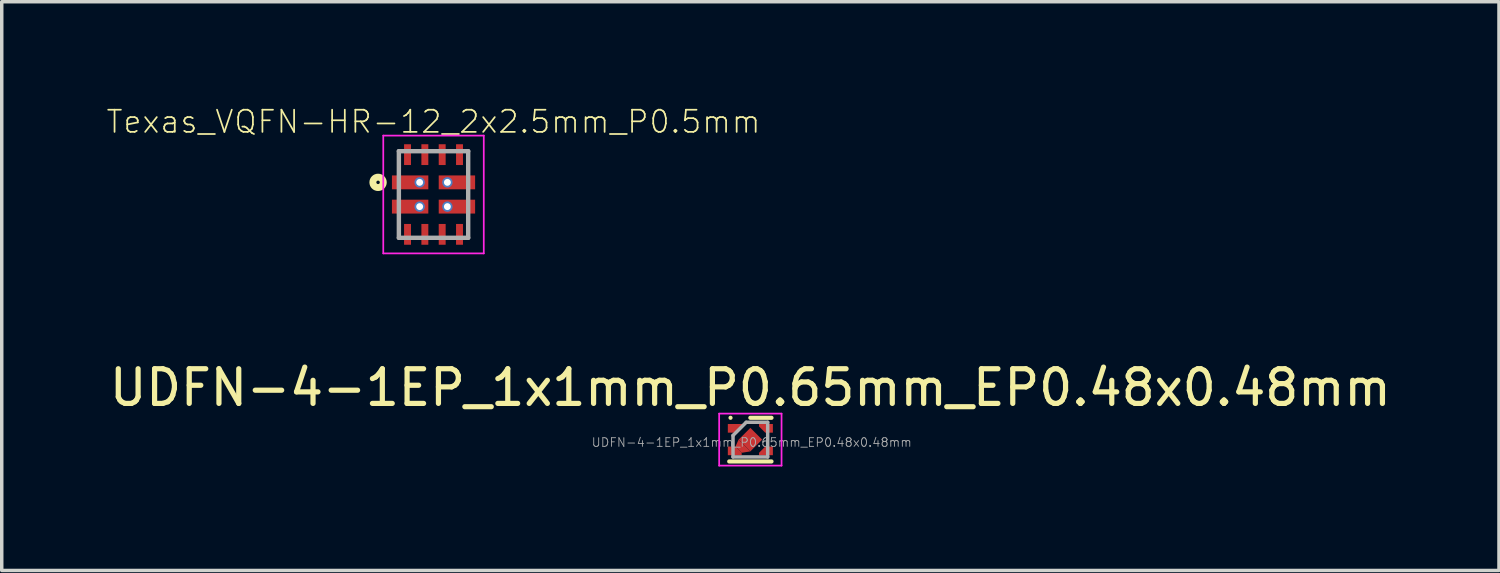
<source format=kicad_pcb>
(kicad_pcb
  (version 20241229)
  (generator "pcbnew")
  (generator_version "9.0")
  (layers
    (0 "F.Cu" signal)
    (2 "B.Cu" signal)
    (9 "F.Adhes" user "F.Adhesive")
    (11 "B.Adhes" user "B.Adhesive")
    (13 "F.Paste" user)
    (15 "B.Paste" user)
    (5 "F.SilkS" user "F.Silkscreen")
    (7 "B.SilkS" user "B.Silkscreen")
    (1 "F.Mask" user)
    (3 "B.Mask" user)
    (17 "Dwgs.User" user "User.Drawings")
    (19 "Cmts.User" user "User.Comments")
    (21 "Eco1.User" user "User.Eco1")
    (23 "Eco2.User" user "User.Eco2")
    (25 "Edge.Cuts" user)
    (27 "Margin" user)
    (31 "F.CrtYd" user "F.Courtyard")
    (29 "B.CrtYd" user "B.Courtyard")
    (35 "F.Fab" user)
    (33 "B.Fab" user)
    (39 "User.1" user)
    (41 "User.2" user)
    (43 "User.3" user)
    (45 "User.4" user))
  (footprint "Texas_VQFN-HR-12_2x2.5mm_P0.5mm"
    (layer "F.Cu")
    (at 9.459 2.562)
    (property "Reference" "Texas_VQFN-HR-12_2x2.5mm_P0.5mm" (at 0 -2.1 0) (layer "F.SilkS") (effects (font (size 0.64 0.64) (thickness 0.05))))
    (attr smd)
    (fp_poly (pts (xy -1.25 -0.6) (xy -0.1 -0.6) (xy -0.1 -0.1) (xy -1.25 -0.1)) (stroke (width 0.01) (type solid)) (fill yes) (layer "F.Mask"))
    (fp_poly (pts (xy -1.25 0.1) (xy -0.1 0.1) (xy -0.1 0.6) (xy -1.25 0.6)) (stroke (width 0.01) (type solid)) (fill yes) (layer "F.Mask"))
    (fp_poly (pts (xy -0.9 -1.5) (xy -0.6 -1.5) (xy -0.6 -0.8) (xy -0.9 -0.8)) (stroke (width 0.01) (type solid)) (fill yes) (layer "F.Mask"))
    (fp_poly (pts (xy -0.9 0.8) (xy -0.6 0.8) (xy -0.6 1.5) (xy -0.9 1.5)) (stroke (width 0.01) (type solid)) (fill yes) (layer "F.Mask"))
    (fp_poly (pts (xy -0.4 -1.5) (xy -0.1 -1.5) (xy -0.1 -0.8) (xy -0.4 -0.8)) (stroke (width 0.01) (type solid)) (fill yes) (layer "F.Mask"))
    (fp_poly (pts (xy -0.4 0.8) (xy -0.1 0.8) (xy -0.1 1.5) (xy -0.4 1.5)) (stroke (width 0.01) (type solid)) (fill yes) (layer "F.Mask"))
    (fp_poly (pts (xy 0.1 -1.5) (xy 0.4 -1.5) (xy 0.4 -0.8) (xy 0.1 -0.8)) (stroke (width 0.01) (type solid)) (fill yes) (layer "F.Mask"))
    (fp_poly (pts (xy 0.1 -0.6) (xy 1.25 -0.6) (xy 1.25 -0.1) (xy 0.1 -0.1)) (stroke (width 0.01) (type solid)) (fill yes) (layer "F.Mask"))
    (fp_poly (pts (xy 0.1 0.1) (xy 1.25 0.1) (xy 1.25 0.6) (xy 0.1 0.6)) (stroke (width 0.01) (type solid)) (fill yes) (layer "F.Mask"))
    (fp_poly (pts (xy 0.1 0.8) (xy 0.4 0.8) (xy 0.4 1.5) (xy 0.1 1.5)) (stroke (width 0.01) (type solid)) (fill yes) (layer "F.Mask"))
    (fp_poly (pts (xy 0.6 -1.5) (xy 0.9 -1.5) (xy 0.9 -0.8) (xy 0.6 -0.8)) (stroke (width 0.01) (type solid)) (fill yes) (layer "F.Mask"))
    (fp_poly (pts (xy 0.6 0.8) (xy 0.9 0.8) (xy 0.9 1.5) (xy 0.6 1.5)) (stroke (width 0.01) (type solid)) (fill yes) (layer "F.Mask"))
    (fp_circle (center -1.6 -0.35) (end -1.55 -0.35) (stroke (width 0.2) (type solid)) (fill no) (layer "F.SilkS"))
    (fp_line (start -1.45 -1.7) (end 1.45 -1.7) (stroke (width 0.05) (type solid)) (layer "F.CrtYd"))
    (fp_line (start -1.45 1.7) (end -1.45 -1.7) (stroke (width 0.05) (type solid)) (layer "F.CrtYd"))
    (fp_line (start 1.45 -1.7) (end 1.45 1.7) (stroke (width 0.05) (type solid)) (layer "F.CrtYd"))
    (fp_line (start 1.45 1.7) (end -1.45 1.7) (stroke (width 0.05) (type solid)) (layer "F.CrtYd"))
    (fp_line (start -1 -1.25) (end 1 -1.25) (stroke (width 0.127) (type solid)) (layer "F.Fab"))
    (fp_line (start -1 1.25) (end -1 -1.25) (stroke (width 0.127) (type solid)) (layer "F.Fab"))
    (fp_line (start 1 -1.25) (end 1 1.25) (stroke (width 0.127) (type solid)) (layer "F.Fab"))
    (fp_line (start 1 1.25) (end -1 1.25) (stroke (width 0.127) (type solid)) (layer "F.Fab"))
    (pad "1" smd rect (at -0.675 -0.35) (size 1.05 0.4) (layers "F.Cu" "F.Paste"))
    (pad "1" thru_hole circle (at -0.4 -0.35) (size 0.3 0.3) (drill 0.2) (layers "*.Cu"))
    (pad "2" smd rect (at -0.675 0.35) (size 1.05 0.4) (layers "F.Cu" "F.Paste"))
    (pad "2" thru_hole circle (at -0.4 0.35) (size 0.3 0.3) (drill 0.2) (layers "*.Cu"))
    (pad "3" smd rect (at -0.75 1.15) (size 0.2 0.6) (layers "F.Cu" "F.Paste"))
    (pad "4" smd rect (at -0.25 1.15) (size 0.2 0.6) (layers "F.Cu" "F.Paste"))
    (pad "5" smd rect (at 0.25 1.15) (size 0.2 0.6) (layers "F.Cu" "F.Paste"))
    (pad "6" smd rect (at 0.75 1.15) (size 0.2 0.6) (layers "F.Cu" "F.Paste"))
    (pad "7" thru_hole circle (at 0.4 0.35) (size 0.3 0.3) (drill 0.2) (layers "*.Cu"))
    (pad "7" smd rect (at 0.675 0.35) (size 1.05 0.4) (layers "F.Cu" "F.Paste"))
    (pad "8" thru_hole circle (at 0.4 -0.35) (size 0.3 0.3) (drill 0.2) (layers "*.Cu"))
    (pad "8" smd rect (at 0.675 -0.35) (size 1.05 0.4) (layers "F.Cu" "F.Paste"))
    (pad "9" smd rect (at 0.75 -1.15) (size 0.2 0.6) (layers "F.Cu" "F.Paste"))
    (pad "10" smd rect (at 0.25 -1.15) (size 0.2 0.6) (layers "F.Cu" "F.Paste"))
    (pad "11" smd rect (at -0.25 -1.15) (size 0.2 0.6) (layers "F.Cu" "F.Paste"))
    (pad "12" smd rect (at -0.75 -1.15) (size 0.2 0.6) (layers "F.Cu" "F.Paste")))
  (footprint "UDFN-4-1EP_1x1mm_P0.65mm_EP0.48x0.48mm"
    (layer "F.Cu")
    (at 18.601 9.635)
    (property "Reference" "UDFN-4-1EP_1x1mm_P0.65mm_EP0.48x0.48mm" (at 0 -1.5 0) (layer "F.SilkS") (effects (font (size 1 1) (thickness 0.15))))
    (attr smd)
    (fp_poly (pts (xy 0 0.34) (xy -0.25 0.38) (xy -0.43 0.2) (xy -0.34 0)) (stroke (width 0) (type solid)) (fill yes) (layer "F.Cu"))
    (fp_line (start -0.572 -0.63) (end -0.572 -0.63) (stroke (width 0.12) (type solid)) (layer "F.SilkS"))
    (fp_line (start 0.61 -0.63) (end 0 -0.63) (stroke (width 0.12) (type solid)) (layer "F.SilkS"))
    (fp_line (start 0.61 0.63) (end -0.61 0.63) (stroke (width 0.12) (type solid)) (layer "F.SilkS"))
    (fp_line (start -0.9 -0.75) (end 0.9 -0.75) (stroke (width 0.05) (type solid)) (layer "F.CrtYd"))
    (fp_line (start -0.9 0.75) (end -0.9 -0.75) (stroke (width 0.05) (type solid)) (layer "F.CrtYd"))
    (fp_line (start 0.9 -0.75) (end 0.9 0.75) (stroke (width 0.05) (type solid)) (layer "F.CrtYd"))
    (fp_line (start 0.9 0.75) (end -0.9 0.75) (stroke (width 0.05) (type solid)) (layer "F.CrtYd"))
    (fp_line (start -0.5 0.5) (end -0.5 -0.12) (stroke (width 0.1) (type solid)) (layer "F.Fab"))
    (fp_line (start -0.12 -0.5) (end -0.5 -0.12) (stroke (width 0.1) (type solid)) (layer "F.Fab"))
    (fp_line (start -0.12 -0.5) (end 0.5 -0.5) (stroke (width 0.1) (type solid)) (layer "F.Fab"))
    (fp_line (start 0.5 -0.5) (end 0.5 0.5) (stroke (width 0.1) (type solid)) (layer "F.Fab"))
    (fp_line (start 0.5 0.5) (end -0.5 0.5) (stroke (width 0.1) (type solid)) (layer "F.Fab"))
    (fp_text user "${REFERENCE}" (at 0.04 0.08 0) (layer "F.Fab") (effects (font (size 0.25 0.25) (thickness 0.025))))
    (pad "1" smd custom (at -0.54 -0.325) (size 0.22 0.25) (layers "F.Cu" "F.Mask" "F.Paste") (options (anchor rect)) (primitives (gr_poly (pts (xy 0.11 -0.125) (xy 0.36 -0.125) (xy 0.11 0.125)) (width 0) (fill yes))))
    (pad "2" smd custom (at -0.54 0.325) (size 0.22 0.25) (layers "F.Cu" "F.Mask" "F.Paste") (options (anchor rect)) (primitives (gr_poly (pts (xy 0.11 0.125) (xy 0.29 0.125) (xy 0.29 0.055) (xy 0.11 -0.125)) (width 0) (fill yes))))
    (pad "3" smd custom (at 0.54 0.325) (size 0.22 0.25) (layers "F.Cu" "F.Mask" "F.Paste") (options (anchor rect)) (primitives (gr_poly (pts (xy -0.11 0.125) (xy -0.29 0.125) (xy -0.29 0.055) (xy -0.11 -0.125)) (width 0) (fill yes))))
    (pad "4" smd custom (at 0.54 -0.325) (size 0.22 0.25) (layers "F.Cu" "F.Mask" "F.Paste") (options (anchor rect)) (primitives (gr_poly (pts (xy -0.11 -0.125) (xy -0.29 -0.125) (xy -0.29 -0.055) (xy -0.11 0.125)) (width 0) (fill yes))))
    (pad "5" smd rect (at 0 0 45) (size 0.48 0.48) (layers "F.Cu" "F.Mask" "F.Paste")))
  (gr_rect
    (start -3 -3)
    (end 40.202 13.41)
    (stroke (width 0.1) (type default))
    (fill no)
    (layer "Edge.Cuts")))
</source>
